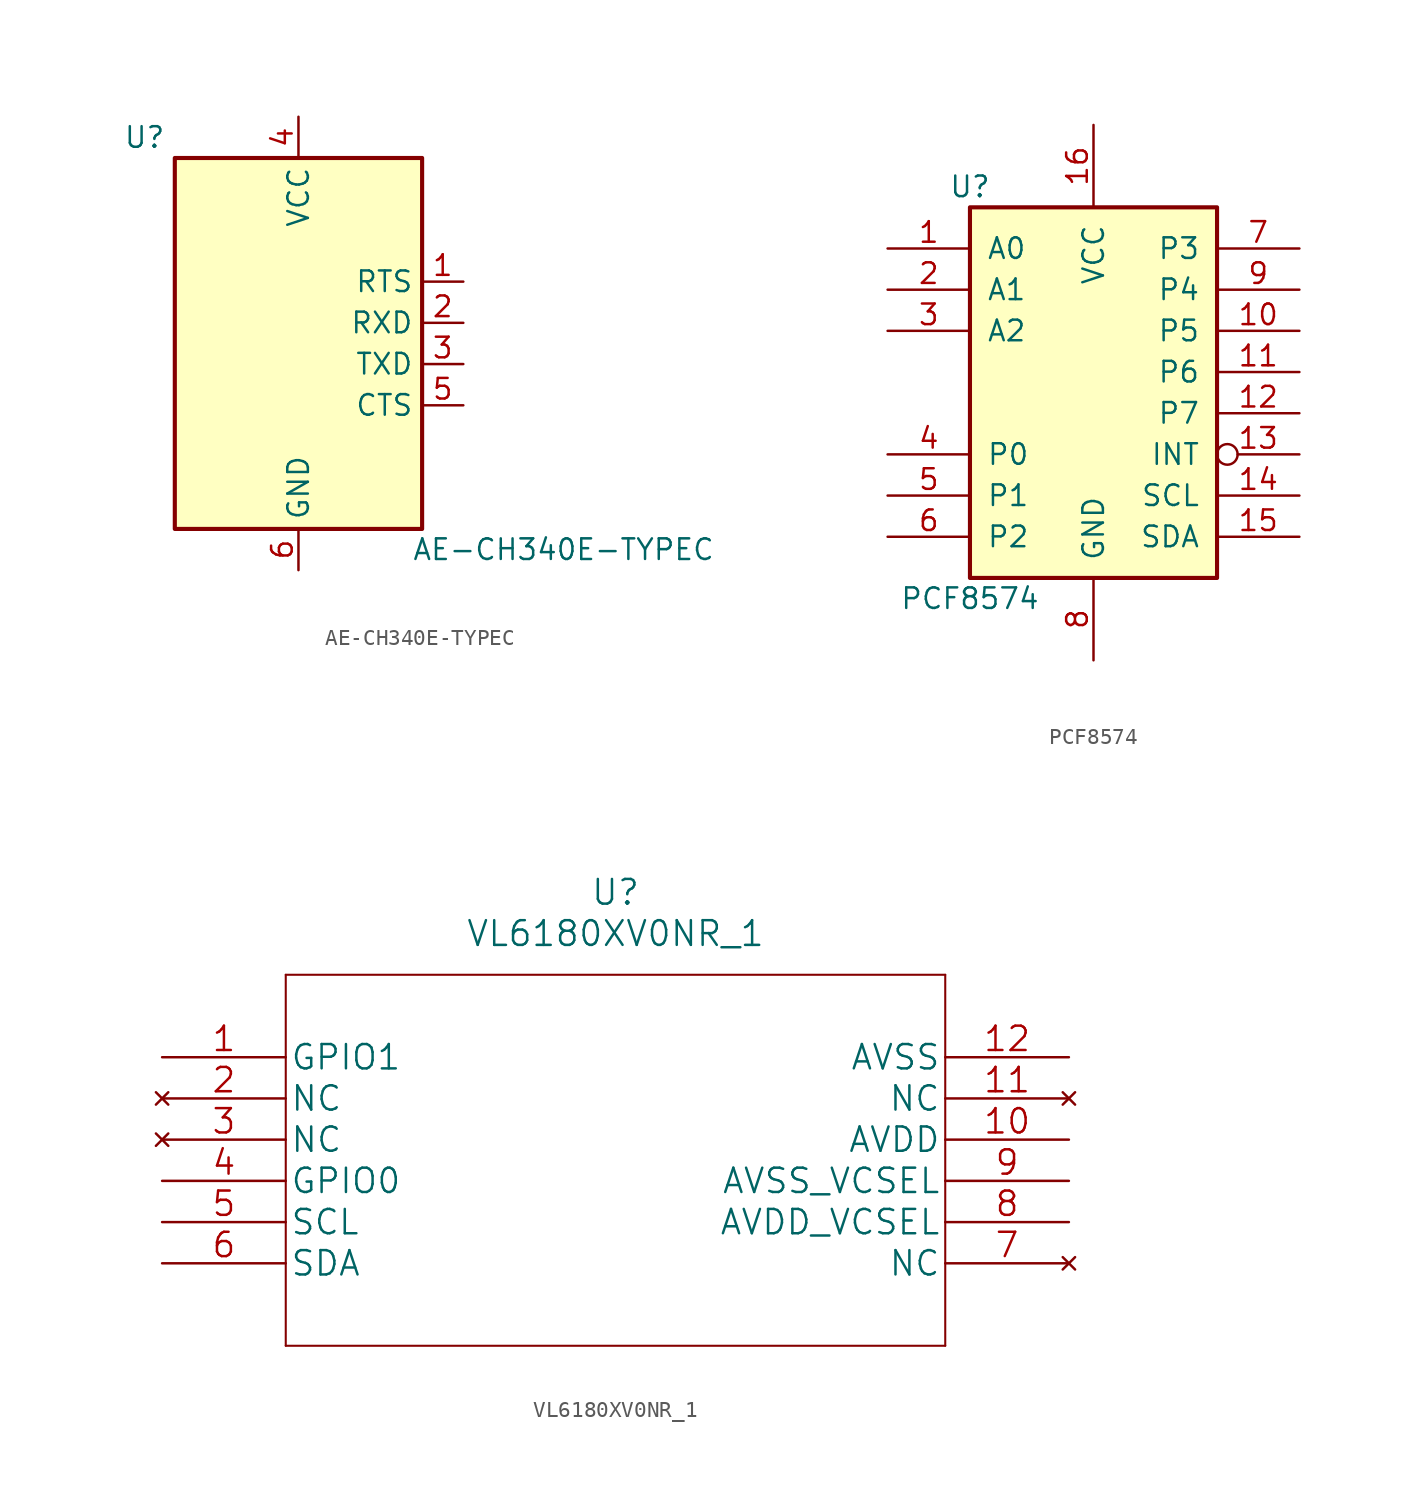
<source format=kicad_sym>
(kicad_symbol_lib
  (version 20211014)
  (generator kicad_symbol_editor)
  (symbol "AE-CH340E-TYPEC"
    (property "Reference" "U"
      (at -10.795 11.43 0)
      (effects (font (size 1.27 1.27)) (justify left)))
    (property "Value" "AE-CH340E-TYPEC"
      (at 6.985 -13.97 0)
      (effects (font (size 1.27 1.27)) (justify left)))
    (symbol "AE-CH340E-TYPEC_0_1"
      (rectangle (start 7.62 10.16) (end -7.62 -12.7) (stroke (width 0.254) (type default) (color 0 0 0 0)) (fill (type background))))
    (symbol "AE-CH340E-TYPEC_1_1"
      (pin input line (at 10.16 2.54 180) (length 2.54) (name "RTS" (effects (font (size 1.27 1.27)))) (number "1" (effects (font (size 1.27 1.27)))))
      (pin input line (at 10.16 0 180) (length 2.54) (name "RXD" (effects (font (size 1.27 1.27)))) (number "2" (effects (font (size 1.27 1.27)))))
      (pin output line (at 10.16 -2.54 180) (length 2.54) (name "TXD" (effects (font (size 1.27 1.27)))) (number "3" (effects (font (size 1.27 1.27)))))
      (pin power_in line (at 0 12.7 270) (length 2.54) (name "VCC" (effects (font (size 1.27 1.27)))) (number "4" (effects (font (size 1.27 1.27)))))
      (pin output line (at 10.16 -5.08 180) (length 2.54) (name "CTS" (effects (font (size 1.27 1.27)))) (number "5" (effects (font (size 1.27 1.27)))))
      (pin power_in line (at 0 -15.24 90) (length 2.54) (name "GND" (effects (font (size 1.27 1.27)))) (number "6" (effects (font (size 1.27 1.27)))))))
  (symbol "PCF8574"
    (pin_names
      (offset 1.016))
    (property "Reference" "U"
      (at -7.62 11.43 0)
      (effects (font (size 1.27 1.27))))
    (property "Value" "PCF8574"
      (at -7.62 -13.97 0)
      (effects (font (size 1.27 1.27))))
    (symbol "PCF8574_1_0"
      (pin input line (at -12.7 7.62 0) (length 5.08) (name "A0" (effects (font (size 1.27 1.27)))) (number "1" (effects (font (size 1.27 1.27)))))
      (pin bidirectional line (at 12.7 2.54 180) (length 5.08) (name "P5" (effects (font (size 1.27 1.27)))) (number "10" (effects (font (size 1.27 1.27)))))
      (pin bidirectional line (at 12.7 0 180) (length 5.08) (name "P6" (effects (font (size 1.27 1.27)))) (number "11" (effects (font (size 1.27 1.27)))))
      (pin bidirectional line (at 12.7 -2.54 180) (length 5.08) (name "P7" (effects (font (size 1.27 1.27)))) (number "12" (effects (font (size 1.27 1.27)))))
      (pin output inverted (at 12.7 -5.08 180) (length 5.08) (name "INT" (effects (font (size 1.27 1.27)))) (number "13" (effects (font (size 1.27 1.27)))))
      (pin input line (at 12.7 -7.62 180) (length 5.08) (name "SCL" (effects (font (size 1.27 1.27)))) (number "14" (effects (font (size 1.27 1.27)))))
      (pin input line (at 12.7 -10.16 180) (length 5.08) (name "SDA" (effects (font (size 1.27 1.27)))) (number "15" (effects (font (size 1.27 1.27)))))
      (pin power_in line (at 0 15.24 270) (length 5.08) (name "VCC" (effects (font (size 1.27 1.27)))) (number "16" (effects (font (size 1.27 1.27)))))
      (pin input line (at -12.7 5.08 0) (length 5.08) (name "A1" (effects (font (size 1.27 1.27)))) (number "2" (effects (font (size 1.27 1.27)))))
      (pin input line (at -12.7 2.54 0) (length 5.08) (name "A2" (effects (font (size 1.27 1.27)))) (number "3" (effects (font (size 1.27 1.27)))))
      (pin bidirectional line (at -12.7 -5.08 0) (length 5.08) (name "P0" (effects (font (size 1.27 1.27)))) (number "4" (effects (font (size 1.27 1.27)))))
      (pin bidirectional line (at -12.7 -7.62 0) (length 5.08) (name "P1" (effects (font (size 1.27 1.27)))) (number "5" (effects (font (size 1.27 1.27)))))
      (pin bidirectional line (at -12.7 -10.16 0) (length 5.08) (name "P2" (effects (font (size 1.27 1.27)))) (number "6" (effects (font (size 1.27 1.27)))))
      (pin bidirectional line (at 12.7 7.62 180) (length 5.08) (name "P3" (effects (font (size 1.27 1.27)))) (number "7" (effects (font (size 1.27 1.27)))))
      (pin power_in line (at 0 -17.78 90) (length 5.08) (name "GND" (effects (font (size 1.27 1.27)))) (number "8" (effects (font (size 1.27 1.27)))))
      (pin bidirectional line (at 12.7 5.08 180) (length 5.08) (name "P4" (effects (font (size 1.27 1.27)))) (number "9" (effects (font (size 1.27 1.27))))))
    (symbol "PCF8574_1_1"
      (rectangle (start -7.62 10.16) (end 7.62 -12.7) (stroke (width 0.254) (type default) (color 0 0 0 0)) (fill (type background)))))
  (symbol "VL6180XV0NR_1"
    (pin_names
      (offset 0.254))
    (property "Reference" "U"
      (at 27.94 10.16 0)
      (effects (font (size 1.524 1.524))))
    (property "Value" "VL6180XV0NR_1"
      (at 27.94 7.62 0)
      (effects (font (size 1.524 1.524))))
    (property "Datasheet" ""
      (at 0 0 0)
      (effects (font (size 1.524 1.524))))
    (property "ki_locked" ""
      (at 0 0 0)
      (effects (font (size 1.27 1.27))))
    (symbol "VL6180XV0NR_1_1_1"
      (polyline (pts (xy 7.62 -17.78) (xy 48.26 -17.78)) (stroke (width 0.127) (type default) (color 0 0 0 0)) (fill (type none)))
      (polyline (pts (xy 7.62 5.08) (xy 7.62 -17.78)) (stroke (width 0.127) (type default) (color 0 0 0 0)) (fill (type none)))
      (polyline (pts (xy 48.26 -17.78) (xy 48.26 5.08)) (stroke (width 0.127) (type default) (color 0 0 0 0)) (fill (type none)))
      (polyline (pts (xy 48.26 5.08) (xy 7.62 5.08)) (stroke (width 0.127) (type default) (color 0 0 0 0)) (fill (type none)))
      (pin bidirectional line (at 0 0 0) (length 7.62) (name "GPIO1" (effects (font (size 1.499 1.499)))) (number "1" (effects (font (size 1.499 1.499)))))
      (pin power_in line (at 55.88 -5.08 180) (length 7.62) (name "AVDD" (effects (font (size 1.499 1.499)))) (number "10" (effects (font (size 1.499 1.499)))))
      (pin no_connect line (at 55.88 -2.54 180) (length 7.62) (name "NC" (effects (font (size 1.499 1.499)))) (number "11" (effects (font (size 1.499 1.499)))))
      (pin power_in line (at 55.88 0 180) (length 7.62) (name "AVSS" (effects (font (size 1.499 1.499)))) (number "12" (effects (font (size 1.499 1.499)))))
      (pin no_connect line (at 0 -2.54 0) (length 7.62) (name "NC" (effects (font (size 1.499 1.499)))) (number "2" (effects (font (size 1.499 1.499)))))
      (pin no_connect line (at 0 -5.08 0) (length 7.62) (name "NC" (effects (font (size 1.499 1.499)))) (number "3" (effects (font (size 1.499 1.499)))))
      (pin bidirectional line (at 0 -7.62 0) (length 7.62) (name "GPIO0" (effects (font (size 1.499 1.499)))) (number "4" (effects (font (size 1.499 1.499)))))
      (pin input line (at 0 -10.16 0) (length 7.62) (name "SCL" (effects (font (size 1.499 1.499)))) (number "5" (effects (font (size 1.499 1.499)))))
      (pin bidirectional line (at 0 -12.7 0) (length 7.62) (name "SDA" (effects (font (size 1.499 1.499)))) (number "6" (effects (font (size 1.499 1.499)))))
      (pin no_connect line (at 55.88 -12.7 180) (length 7.62) (name "NC" (effects (font (size 1.499 1.499)))) (number "7" (effects (font (size 1.499 1.499)))))
      (pin power_in line (at 55.88 -10.16 180) (length 7.62) (name "AVDD_VCSEL" (effects (font (size 1.499 1.499)))) (number "8" (effects (font (size 1.499 1.499)))))
      (pin power_in line (at 55.88 -7.62 180) (length 7.62) (name "AVSS_VCSEL" (effects (font (size 1.499 1.499)))) (number "9" (effects (font (size 1.499 1.499))))))))
</source>
